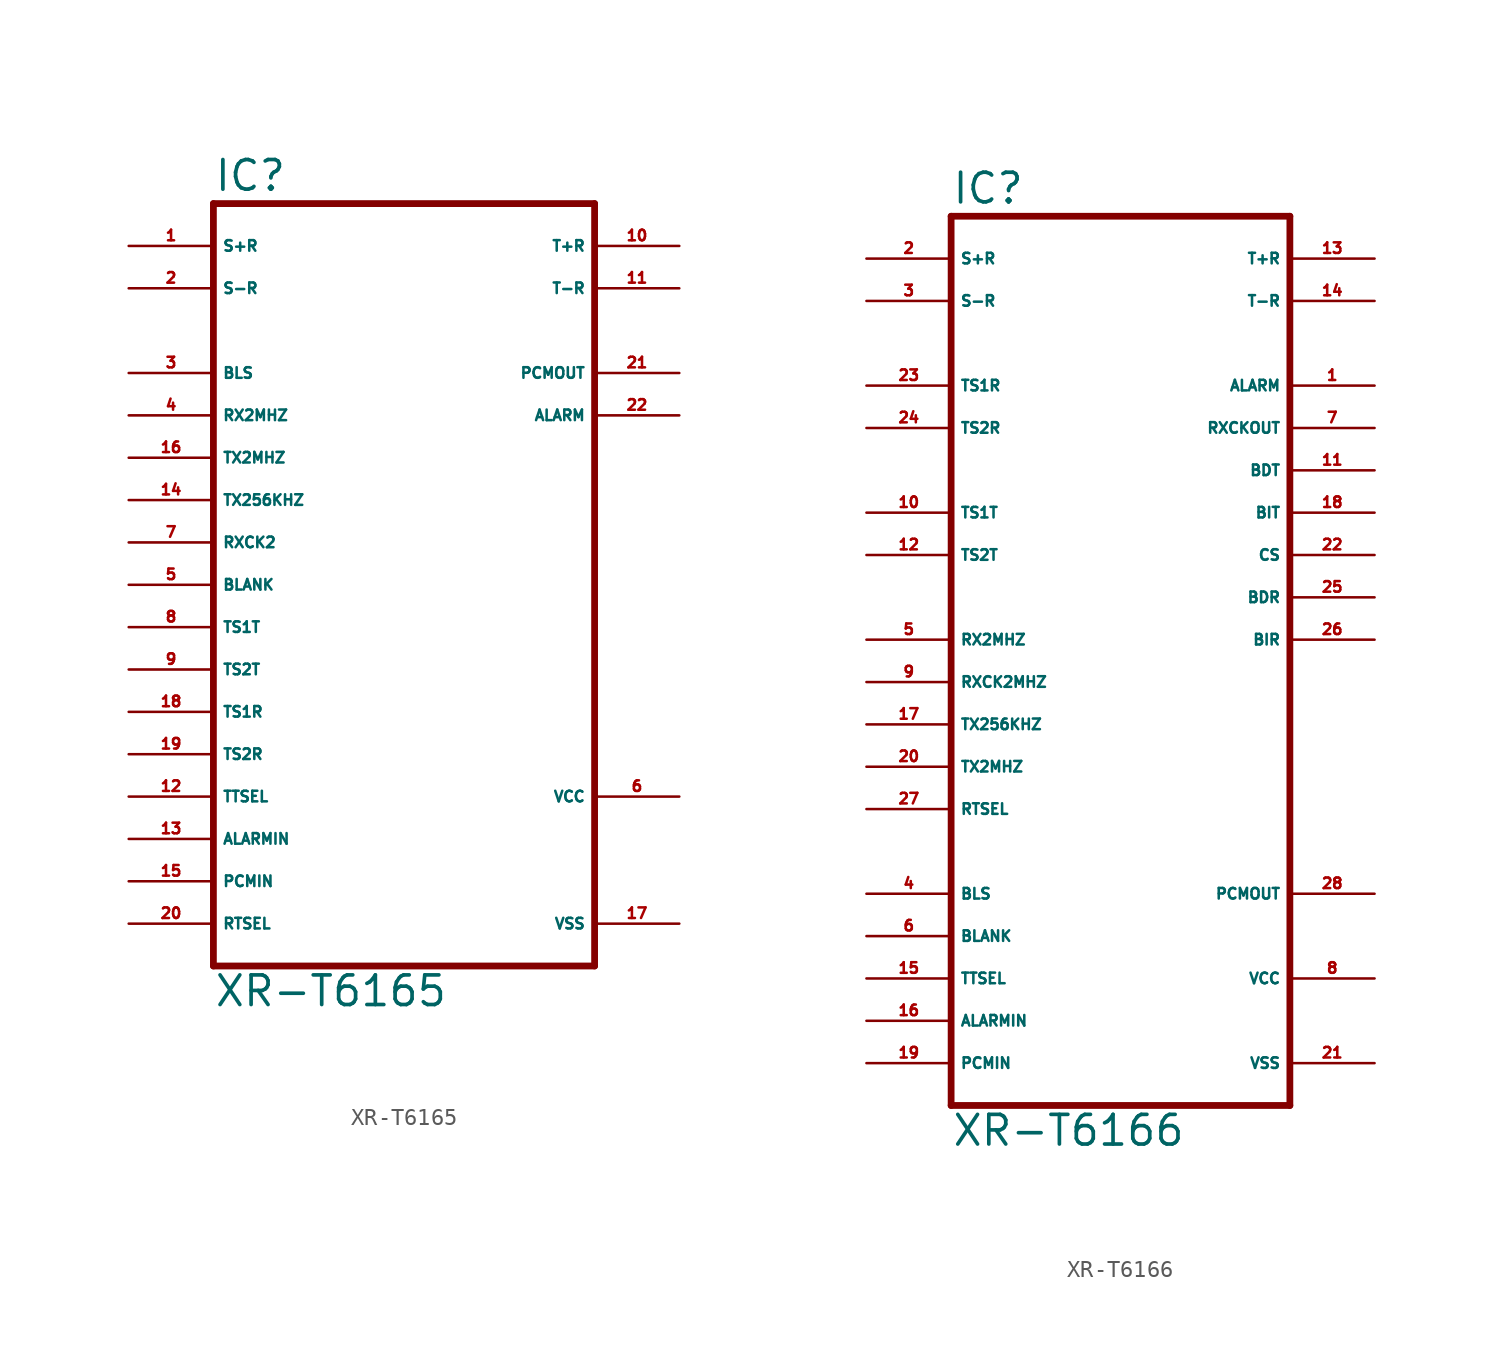
<source format=kicad_sym>
(kicad_symbol_lib
  (version 20220914)
  (generator Eagle2Kicad)
  (symbol "XR-T6165"
    (property "Reference" "IC"
      (at -12.7 23.495 0)
      (effects (font (size 1.778 1.778) (thickness 0.22)) (justify left bottom)))
    (property "Value" "XR-T6165"
      (at -12.7 -25.4 0)
      (effects (font (size 1.778 1.778) (thickness 0.22)) (justify left bottom)))
    (polyline
      (pts (xy -12.7 -22.86) (xy 10.16 -22.86))
      (stroke (width 0.406) (type default))
      (fill (type none)))
    (polyline
      (pts (xy 10.16 -22.86) (xy 10.16 22.86))
      (stroke (width 0.406) (type default))
      (fill (type none)))
    (polyline
      (pts (xy 10.16 22.86) (xy -12.7 22.86))
      (stroke (width 0.406) (type default))
      (fill (type none)))
    (polyline
      (pts (xy -12.7 22.86) (xy -12.7 -22.86))
      (stroke (width 0.406) (type default))
      (fill (type none)))
    (pin input line
      (at -17.78 20.32 0)
      (length 5.08)
      (name "S+R" (effects (font (size 0.635 0.635) (thickness 0.08)) (justify left bottom)))
      (number "1" (effects (font (size 0.635 0.635) (thickness 0.08)) (justify left bottom))))
    (pin input line
      (at -17.78 17.78 0)
      (length 5.08)
      (name "S-R" (effects (font (size 0.635 0.635) (thickness 0.08)) (justify left bottom)))
      (number "2" (effects (font (size 0.635 0.635) (thickness 0.08)) (justify left bottom))))
    (pin input line
      (at -17.78 12.7 0)
      (length 5.08)
      (name "BLS" (effects (font (size 0.635 0.635) (thickness 0.08)) (justify left bottom)))
      (number "3" (effects (font (size 0.635 0.635) (thickness 0.08)) (justify left bottom))))
    (pin input line
      (at -17.78 10.16 0)
      (length 5.08)
      (name "RX2MHZ" (effects (font (size 0.635 0.635) (thickness 0.08)) (justify left bottom)))
      (number "4" (effects (font (size 0.635 0.635) (thickness 0.08)) (justify left bottom))))
    (pin input line
      (at -17.78 7.62 0)
      (length 5.08)
      (name "TX2MHZ" (effects (font (size 0.635 0.635) (thickness 0.08)) (justify left bottom)))
      (number "16" (effects (font (size 0.635 0.635) (thickness 0.08)) (justify left bottom))))
    (pin input line
      (at -17.78 5.08 0)
      (length 5.08)
      (name "TX256KHZ" (effects (font (size 0.635 0.635) (thickness 0.08)) (justify left bottom)))
      (number "14" (effects (font (size 0.635 0.635) (thickness 0.08)) (justify left bottom))))
    (pin input line
      (at -17.78 2.54 0)
      (length 5.08)
      (name "RXCK2" (effects (font (size 0.635 0.635) (thickness 0.08)) (justify left bottom)))
      (number "7" (effects (font (size 0.635 0.635) (thickness 0.08)) (justify left bottom))))
    (pin input line
      (at -17.78 0 0)
      (length 5.08)
      (name "BLANK" (effects (font (size 0.635 0.635) (thickness 0.08)) (justify left bottom)))
      (number "5" (effects (font (size 0.635 0.635) (thickness 0.08)) (justify left bottom))))
    (pin input line
      (at -17.78 -2.54 0)
      (length 5.08)
      (name "TS1T" (effects (font (size 0.635 0.635) (thickness 0.08)) (justify left bottom)))
      (number "8" (effects (font (size 0.635 0.635) (thickness 0.08)) (justify left bottom))))
    (pin input line
      (at -17.78 -5.08 0)
      (length 5.08)
      (name "TS2T" (effects (font (size 0.635 0.635) (thickness 0.08)) (justify left bottom)))
      (number "9" (effects (font (size 0.635 0.635) (thickness 0.08)) (justify left bottom))))
    (pin input line
      (at -17.78 -7.62 0)
      (length 5.08)
      (name "TS1R" (effects (font (size 0.635 0.635) (thickness 0.08)) (justify left bottom)))
      (number "18" (effects (font (size 0.635 0.635) (thickness 0.08)) (justify left bottom))))
    (pin input line
      (at -17.78 -10.16 0)
      (length 5.08)
      (name "TS2R" (effects (font (size 0.635 0.635) (thickness 0.08)) (justify left bottom)))
      (number "19" (effects (font (size 0.635 0.635) (thickness 0.08)) (justify left bottom))))
    (pin input line
      (at -17.78 -12.7 0)
      (length 5.08)
      (name "TTSEL" (effects (font (size 0.635 0.635) (thickness 0.08)) (justify left bottom)))
      (number "12" (effects (font (size 0.635 0.635) (thickness 0.08)) (justify left bottom))))
    (pin input line
      (at -17.78 -15.24 0)
      (length 5.08)
      (name "ALARMIN" (effects (font (size 0.635 0.635) (thickness 0.08)) (justify left bottom)))
      (number "13" (effects (font (size 0.635 0.635) (thickness 0.08)) (justify left bottom))))
    (pin input line
      (at -17.78 -17.78 0)
      (length 5.08)
      (name "PCMIN" (effects (font (size 0.635 0.635) (thickness 0.08)) (justify left bottom)))
      (number "15" (effects (font (size 0.635 0.635) (thickness 0.08)) (justify left bottom))))
    (pin input line
      (at -17.78 -20.32 0)
      (length 5.08)
      (name "RTSEL" (effects (font (size 0.635 0.635) (thickness 0.08)) (justify left bottom)))
      (number "20" (effects (font (size 0.635 0.635) (thickness 0.08)) (justify left bottom))))
    (pin output line
      (at 15.24 20.32 180)
      (length 5.08)
      (name "T+R" (effects (font (size 0.635 0.635) (thickness 0.08)) (justify left bottom)))
      (number "10" (effects (font (size 0.635 0.635) (thickness 0.08)) (justify left bottom))))
    (pin output line
      (at 15.24 17.78 180)
      (length 5.08)
      (name "T-R" (effects (font (size 0.635 0.635) (thickness 0.08)) (justify left bottom)))
      (number "11" (effects (font (size 0.635 0.635) (thickness 0.08)) (justify left bottom))))
    (pin output line
      (at 15.24 12.7 180)
      (length 5.08)
      (name "PCMOUT" (effects (font (size 0.635 0.635) (thickness 0.08)) (justify left bottom)))
      (number "21" (effects (font (size 0.635 0.635) (thickness 0.08)) (justify left bottom))))
    (pin output line
      (at 15.24 10.16 180)
      (length 5.08)
      (name "ALARM" (effects (font (size 0.635 0.635) (thickness 0.08)) (justify left bottom)))
      (number "22" (effects (font (size 0.635 0.635) (thickness 0.08)) (justify left bottom))))
    (pin unspecified line
      (at 15.24 -20.32 180)
      (length 5.08)
      (name "VSS" (effects (font (size 0.635 0.635) (thickness 0.08)) (justify left bottom)))
      (number "17" (effects (font (size 0.635 0.635) (thickness 0.08)) (justify left bottom))))
    (pin unspecified line
      (at 15.24 -12.7 180)
      (length 5.08)
      (name "VCC" (effects (font (size 0.635 0.635) (thickness 0.08)) (justify left bottom)))
      (number "6" (effects (font (size 0.635 0.635) (thickness 0.08)) (justify left bottom)))))
  (symbol "XR-T6166"
    (property "Reference" "IC"
      (at -10.16 26.035 0)
      (effects (font (size 1.778 1.778) (thickness 0.22)) (justify left bottom)))
    (property "Value" "XR-T6166"
      (at -10.16 -30.48 0)
      (effects (font (size 1.778 1.778) (thickness 0.22)) (justify left bottom)))
    (polyline
      (pts (xy -10.16 -27.94) (xy 10.16 -27.94))
      (stroke (width 0.406) (type default))
      (fill (type none)))
    (polyline
      (pts (xy 10.16 -27.94) (xy 10.16 25.4))
      (stroke (width 0.406) (type default))
      (fill (type none)))
    (polyline
      (pts (xy 10.16 25.4) (xy -10.16 25.4))
      (stroke (width 0.406) (type default))
      (fill (type none)))
    (polyline
      (pts (xy -10.16 25.4) (xy -10.16 -27.94))
      (stroke (width 0.406) (type default))
      (fill (type none)))
    (pin input line
      (at -15.24 22.86 0)
      (length 5.08)
      (name "S+R" (effects (font (size 0.635 0.635) (thickness 0.08)) (justify left bottom)))
      (number "2" (effects (font (size 0.635 0.635) (thickness 0.08)) (justify left bottom))))
    (pin input line
      (at -15.24 20.32 0)
      (length 5.08)
      (name "S-R" (effects (font (size 0.635 0.635) (thickness 0.08)) (justify left bottom)))
      (number "3" (effects (font (size 0.635 0.635) (thickness 0.08)) (justify left bottom))))
    (pin input line
      (at -15.24 -15.24 0)
      (length 5.08)
      (name "BLS" (effects (font (size 0.635 0.635) (thickness 0.08)) (justify left bottom)))
      (number "4" (effects (font (size 0.635 0.635) (thickness 0.08)) (justify left bottom))))
    (pin input line
      (at -15.24 0 0)
      (length 5.08)
      (name "RX2MHZ" (effects (font (size 0.635 0.635) (thickness 0.08)) (justify left bottom)))
      (number "5" (effects (font (size 0.635 0.635) (thickness 0.08)) (justify left bottom))))
    (pin input line
      (at -15.24 -2.54 0)
      (length 5.08)
      (name "RXCK2MHZ" (effects (font (size 0.635 0.635) (thickness 0.08)) (justify left bottom)))
      (number "9" (effects (font (size 0.635 0.635) (thickness 0.08)) (justify left bottom))))
    (pin input line
      (at -15.24 -5.08 0)
      (length 5.08)
      (name "TX256KHZ" (effects (font (size 0.635 0.635) (thickness 0.08)) (justify left bottom)))
      (number "17" (effects (font (size 0.635 0.635) (thickness 0.08)) (justify left bottom))))
    (pin input line
      (at -15.24 -7.62 0)
      (length 5.08)
      (name "TX2MHZ" (effects (font (size 0.635 0.635) (thickness 0.08)) (justify left bottom)))
      (number "20" (effects (font (size 0.635 0.635) (thickness 0.08)) (justify left bottom))))
    (pin output line
      (at 15.24 12.7 180)
      (length 5.08)
      (name "RXCKOUT" (effects (font (size 0.635 0.635) (thickness 0.08)) (justify left bottom)))
      (number "7" (effects (font (size 0.635 0.635) (thickness 0.08)) (justify left bottom))))
    (pin input line
      (at -15.24 -17.78 0)
      (length 5.08)
      (name "BLANK" (effects (font (size 0.635 0.635) (thickness 0.08)) (justify left bottom)))
      (number "6" (effects (font (size 0.635 0.635) (thickness 0.08)) (justify left bottom))))
    (pin input line
      (at -15.24 7.62 0)
      (length 5.08)
      (name "TS1T" (effects (font (size 0.635 0.635) (thickness 0.08)) (justify left bottom)))
      (number "10" (effects (font (size 0.635 0.635) (thickness 0.08)) (justify left bottom))))
    (pin input line
      (at -15.24 5.08 0)
      (length 5.08)
      (name "TS2T" (effects (font (size 0.635 0.635) (thickness 0.08)) (justify left bottom)))
      (number "12" (effects (font (size 0.635 0.635) (thickness 0.08)) (justify left bottom))))
    (pin input line
      (at -15.24 -20.32 0)
      (length 5.08)
      (name "TTSEL" (effects (font (size 0.635 0.635) (thickness 0.08)) (justify left bottom)))
      (number "15" (effects (font (size 0.635 0.635) (thickness 0.08)) (justify left bottom))))
    (pin input line
      (at -15.24 -22.86 0)
      (length 5.08)
      (name "ALARMIN" (effects (font (size 0.635 0.635) (thickness 0.08)) (justify left bottom)))
      (number "16" (effects (font (size 0.635 0.635) (thickness 0.08)) (justify left bottom))))
    (pin input line
      (at -15.24 -25.4 0)
      (length 5.08)
      (name "PCMIN" (effects (font (size 0.635 0.635) (thickness 0.08)) (justify left bottom)))
      (number "19" (effects (font (size 0.635 0.635) (thickness 0.08)) (justify left bottom))))
    (pin input line
      (at -15.24 15.24 0)
      (length 5.08)
      (name "TS1R" (effects (font (size 0.635 0.635) (thickness 0.08)) (justify left bottom)))
      (number "23" (effects (font (size 0.635 0.635) (thickness 0.08)) (justify left bottom))))
    (pin input line
      (at -15.24 12.7 0)
      (length 5.08)
      (name "TS2R" (effects (font (size 0.635 0.635) (thickness 0.08)) (justify left bottom)))
      (number "24" (effects (font (size 0.635 0.635) (thickness 0.08)) (justify left bottom))))
    (pin input line
      (at -15.24 -10.16 0)
      (length 5.08)
      (name "RTSEL" (effects (font (size 0.635 0.635) (thickness 0.08)) (justify left bottom)))
      (number "27" (effects (font (size 0.635 0.635) (thickness 0.08)) (justify left bottom))))
    (pin output line
      (at 15.24 22.86 180)
      (length 5.08)
      (name "T+R" (effects (font (size 0.635 0.635) (thickness 0.08)) (justify left bottom)))
      (number "13" (effects (font (size 0.635 0.635) (thickness 0.08)) (justify left bottom))))
    (pin output line
      (at 15.24 20.32 180)
      (length 5.08)
      (name "T-R" (effects (font (size 0.635 0.635) (thickness 0.08)) (justify left bottom)))
      (number "14" (effects (font (size 0.635 0.635) (thickness 0.08)) (justify left bottom))))
    (pin output line
      (at 15.24 -15.24 180)
      (length 5.08)
      (name "PCMOUT" (effects (font (size 0.635 0.635) (thickness 0.08)) (justify left bottom)))
      (number "28" (effects (font (size 0.635 0.635) (thickness 0.08)) (justify left bottom))))
    (pin output line
      (at 15.24 15.24 180)
      (length 5.08)
      (name "ALARM" (effects (font (size 0.635 0.635) (thickness 0.08)) (justify left bottom)))
      (number "1" (effects (font (size 0.635 0.635) (thickness 0.08)) (justify left bottom))))
    (pin output line
      (at 15.24 10.16 180)
      (length 5.08)
      (name "BDT" (effects (font (size 0.635 0.635) (thickness 0.08)) (justify left bottom)))
      (number "11" (effects (font (size 0.635 0.635) (thickness 0.08)) (justify left bottom))))
    (pin output line
      (at 15.24 7.62 180)
      (length 5.08)
      (name "BIT" (effects (font (size 0.635 0.635) (thickness 0.08)) (justify left bottom)))
      (number "18" (effects (font (size 0.635 0.635) (thickness 0.08)) (justify left bottom))))
    (pin output line
      (at 15.24 5.08 180)
      (length 5.08)
      (name "CS" (effects (font (size 0.635 0.635) (thickness 0.08)) (justify left bottom)))
      (number "22" (effects (font (size 0.635 0.635) (thickness 0.08)) (justify left bottom))))
    (pin output line
      (at 15.24 2.54 180)
      (length 5.08)
      (name "BDR" (effects (font (size 0.635 0.635) (thickness 0.08)) (justify left bottom)))
      (number "25" (effects (font (size 0.635 0.635) (thickness 0.08)) (justify left bottom))))
    (pin output line
      (at 15.24 0 180)
      (length 5.08)
      (name "BIR" (effects (font (size 0.635 0.635) (thickness 0.08)) (justify left bottom)))
      (number "26" (effects (font (size 0.635 0.635) (thickness 0.08)) (justify left bottom))))
    (pin unspecified line
      (at 15.24 -25.4 180)
      (length 5.08)
      (name "VSS" (effects (font (size 0.635 0.635) (thickness 0.08)) (justify left bottom)))
      (number "21" (effects (font (size 0.635 0.635) (thickness 0.08)) (justify left bottom))))
    (pin unspecified line
      (at 15.24 -20.32 180)
      (length 5.08)
      (name "VCC" (effects (font (size 0.635 0.635) (thickness 0.08)) (justify left bottom)))
      (number "8" (effects (font (size 0.635 0.635) (thickness 0.08)) (justify left bottom))))))
</source>
